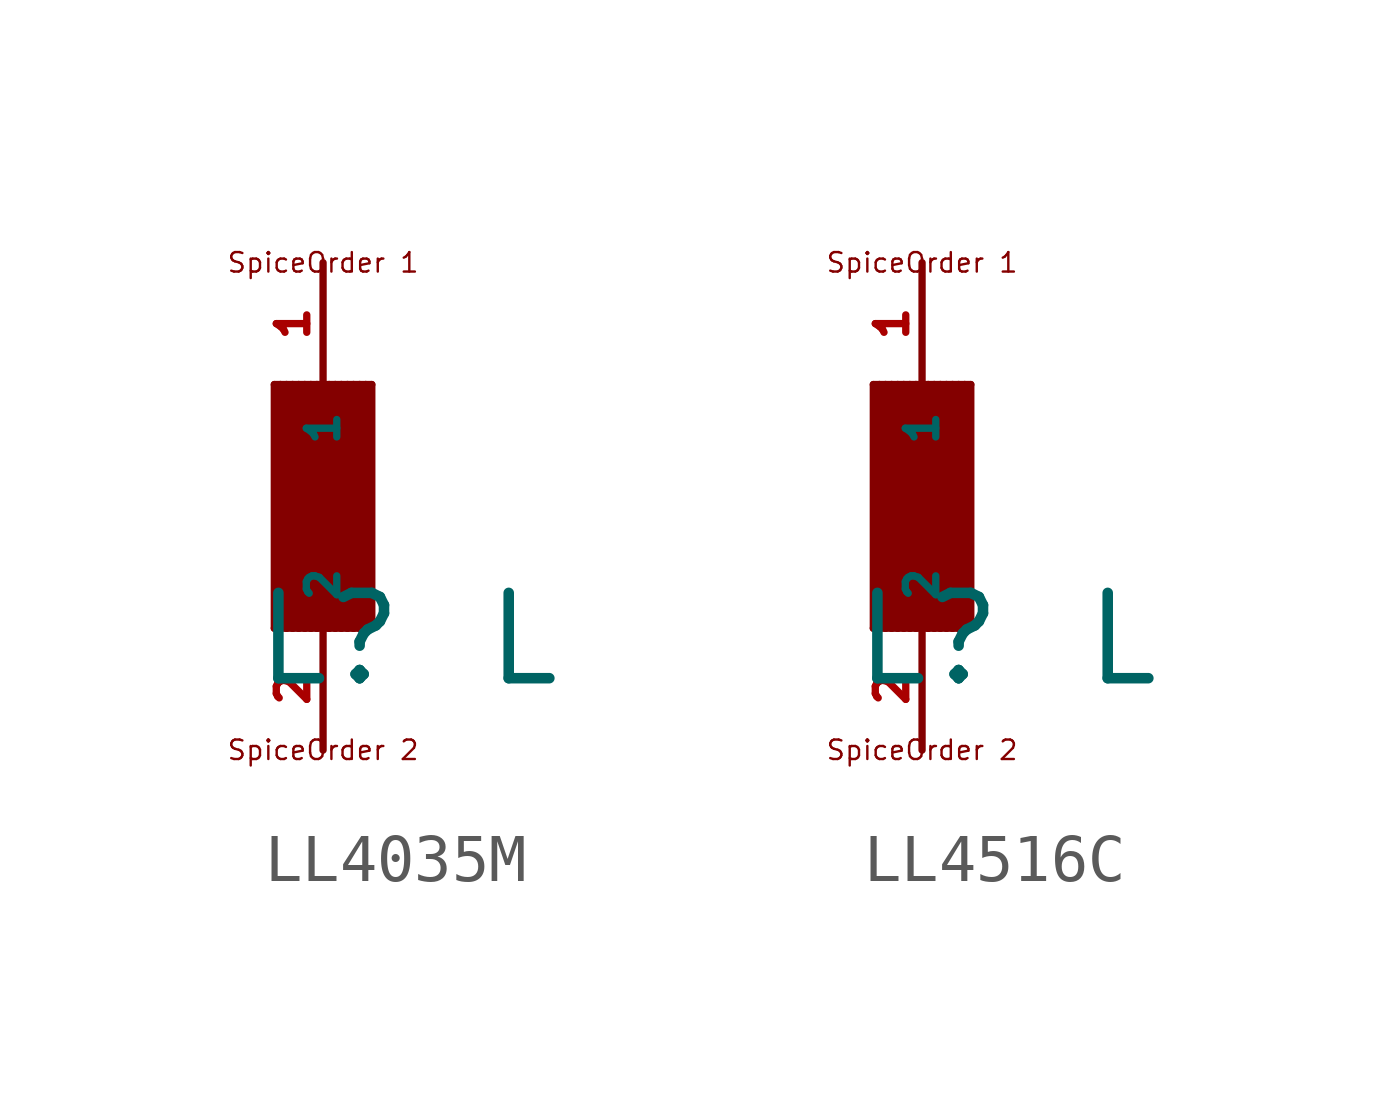
<source format=kicad_sym>
(kicad_symbol_lib
  (version 20220914)
  (generator Eagle2Kicad)
  (symbol "LL4035M"
    (property "Reference" "L"
      (at -1.499 -3.81 0)
      (effects (font (size 1.778 1.778) (thickness 0.22)) (justify left bottom)))
    (property "Value" "L"
      (at 3.302 -3.81 0)
      (effects (font (size 1.778 1.778) (thickness 0.22)) (justify left bottom)))
    (polyline
      (pts (xy -1.016 2.54) (xy -0.889 2.54))
      (stroke (width 0.152) (type default))
      (fill (type none)))
    (polyline
      (pts (xy -0.889 2.54) (xy -0.762 2.54))
      (stroke (width 0.152) (type default))
      (fill (type none)))
    (polyline
      (pts (xy -0.762 2.54) (xy -0.635 2.54))
      (stroke (width 0.152) (type default))
      (fill (type none)))
    (polyline
      (pts (xy -0.635 2.54) (xy -0.508 2.54))
      (stroke (width 0.152) (type default))
      (fill (type none)))
    (polyline
      (pts (xy -0.508 2.54) (xy -0.381 2.54))
      (stroke (width 0.152) (type default))
      (fill (type none)))
    (polyline
      (pts (xy -0.381 2.54) (xy -0.254 2.54))
      (stroke (width 0.152) (type default))
      (fill (type none)))
    (polyline
      (pts (xy -0.254 2.54) (xy -0.127 2.54))
      (stroke (width 0.152) (type default))
      (fill (type none)))
    (polyline
      (pts (xy -0.127 2.54) (xy 0 2.54))
      (stroke (width 0.152) (type default))
      (fill (type none)))
    (polyline
      (pts (xy 0 2.54) (xy 0.127 2.54))
      (stroke (width 0.152) (type default))
      (fill (type none)))
    (polyline
      (pts (xy 0.127 2.54) (xy 0.254 2.54))
      (stroke (width 0.152) (type default))
      (fill (type none)))
    (polyline
      (pts (xy 0.254 2.54) (xy 0.381 2.54))
      (stroke (width 0.152) (type default))
      (fill (type none)))
    (polyline
      (pts (xy 0.381 2.54) (xy 0.508 2.54))
      (stroke (width 0.152) (type default))
      (fill (type none)))
    (polyline
      (pts (xy 0.508 2.54) (xy 0.635 2.54))
      (stroke (width 0.152) (type default))
      (fill (type none)))
    (polyline
      (pts (xy 0.635 2.54) (xy 0.762 2.54))
      (stroke (width 0.152) (type default))
      (fill (type none)))
    (polyline
      (pts (xy 0.762 2.54) (xy 0.889 2.54))
      (stroke (width 0.152) (type default))
      (fill (type none)))
    (polyline
      (pts (xy 0.889 2.54) (xy 1.016 2.54))
      (stroke (width 0.152) (type default))
      (fill (type none)))
    (polyline
      (pts (xy 1.016 2.54) (xy 1.016 -2.54))
      (stroke (width 0.152) (type default))
      (fill (type none)))
    (polyline
      (pts (xy 1.016 -2.54) (xy 0.889 -2.54))
      (stroke (width 0.152) (type default))
      (fill (type none)))
    (polyline
      (pts (xy 0.889 -2.54) (xy 0.762 -2.54))
      (stroke (width 0.152) (type default))
      (fill (type none)))
    (polyline
      (pts (xy 0.762 -2.54) (xy 0.635 -2.54))
      (stroke (width 0.152) (type default))
      (fill (type none)))
    (polyline
      (pts (xy 0.635 -2.54) (xy 0.508 -2.54))
      (stroke (width 0.152) (type default))
      (fill (type none)))
    (polyline
      (pts (xy 0.508 -2.54) (xy 0.381 -2.54))
      (stroke (width 0.152) (type default))
      (fill (type none)))
    (polyline
      (pts (xy 0.381 -2.54) (xy 0.254 -2.54))
      (stroke (width 0.152) (type default))
      (fill (type none)))
    (polyline
      (pts (xy 0.254 -2.54) (xy 0.127 -2.54))
      (stroke (width 0.152) (type default))
      (fill (type none)))
    (polyline
      (pts (xy 0.127 -2.54) (xy 0 -2.54))
      (stroke (width 0.152) (type default))
      (fill (type none)))
    (polyline
      (pts (xy 0 -2.54) (xy -0.127 -2.54))
      (stroke (width 0.152) (type default))
      (fill (type none)))
    (polyline
      (pts (xy -0.127 -2.54) (xy -0.254 -2.54))
      (stroke (width 0.152) (type default))
      (fill (type none)))
    (polyline
      (pts (xy -0.254 -2.54) (xy -0.381 -2.54))
      (stroke (width 0.152) (type default))
      (fill (type none)))
    (polyline
      (pts (xy -0.381 -2.54) (xy -0.508 -2.54))
      (stroke (width 0.152) (type default))
      (fill (type none)))
    (polyline
      (pts (xy -0.508 -2.54) (xy -0.635 -2.54))
      (stroke (width 0.152) (type default))
      (fill (type none)))
    (polyline
      (pts (xy -0.635 -2.54) (xy -0.762 -2.54))
      (stroke (width 0.152) (type default))
      (fill (type none)))
    (polyline
      (pts (xy -0.762 -2.54) (xy -0.889 -2.54))
      (stroke (width 0.152) (type default))
      (fill (type none)))
    (polyline
      (pts (xy -0.889 -2.54) (xy -1.016 -2.54))
      (stroke (width 0.152) (type default))
      (fill (type none)))
    (polyline
      (pts (xy 0.889 2.54) (xy 0.889 -2.54))
      (stroke (width 0.152) (type default))
      (fill (type none)))
    (polyline
      (pts (xy 0.762 2.54) (xy 0.762 -2.54))
      (stroke (width 0.152) (type default))
      (fill (type none)))
    (polyline
      (pts (xy 0.635 2.54) (xy 0.635 -2.54))
      (stroke (width 0.152) (type default))
      (fill (type none)))
    (polyline
      (pts (xy 0.508 2.54) (xy 0.508 -2.54))
      (stroke (width 0.152) (type default))
      (fill (type none)))
    (polyline
      (pts (xy 0.381 2.54) (xy 0.381 -2.54))
      (stroke (width 0.152) (type default))
      (fill (type none)))
    (polyline
      (pts (xy 0.254 2.54) (xy 0.254 -2.54))
      (stroke (width 0.152) (type default))
      (fill (type none)))
    (polyline
      (pts (xy 0.127 2.54) (xy 0.127 -2.54))
      (stroke (width 0.152) (type default))
      (fill (type none)))
    (polyline
      (pts (xy 0 2.54) (xy 0 -2.54))
      (stroke (width 0.152) (type default))
      (fill (type none)))
    (polyline
      (pts (xy -0.127 2.54) (xy -0.127 -2.54))
      (stroke (width 0.152) (type default))
      (fill (type none)))
    (polyline
      (pts (xy -0.254 2.54) (xy -0.254 -2.54))
      (stroke (width 0.152) (type default))
      (fill (type none)))
    (polyline
      (pts (xy -0.381 2.54) (xy -0.381 -2.54))
      (stroke (width 0.152) (type default))
      (fill (type none)))
    (polyline
      (pts (xy -0.508 2.54) (xy -0.508 -2.54))
      (stroke (width 0.152) (type default))
      (fill (type none)))
    (polyline
      (pts (xy -0.635 2.54) (xy -0.635 -2.54))
      (stroke (width 0.152) (type default))
      (fill (type none)))
    (polyline
      (pts (xy -0.762 2.54) (xy -0.762 -2.54))
      (stroke (width 0.152) (type default))
      (fill (type none)))
    (polyline
      (pts (xy -0.889 2.54) (xy -0.889 -2.54))
      (stroke (width 0.152) (type default))
      (fill (type none)))
    (polyline
      (pts (xy -1.016 2.54) (xy -1.016 -2.54))
      (stroke (width 0.152) (type default))
      (fill (type none)))
    (text "SpiceOrder 1"
      (at 0 5.08 0)
      (effects (font (size 0.406 0.406) (thickness 0.05))))
    (text "SpiceOrder 2"
      (at 0 -5.08 0)
      (effects (font (size 0.406 0.406) (thickness 0.05))))
    (pin passive line
      (at 0 5.08 270)
      (length 2.54)
      (name "1" (effects (font (size 0.635 0.635) (thickness 0.08)) (justify left bottom)))
      (number "1" (effects (font (size 0.635 0.635) (thickness 0.08)) (justify left bottom))))
    (pin passive line
      (at 0 -5.08 90)
      (length 2.54)
      (name "2" (effects (font (size 0.635 0.635) (thickness 0.08)) (justify left bottom)))
      (number "2" (effects (font (size 0.635 0.635) (thickness 0.08)) (justify left bottom)))))
  (symbol "LL4516C"
    (property "Reference" "L"
      (at -1.499 -3.81 0)
      (effects (font (size 1.778 1.778) (thickness 0.22)) (justify left bottom)))
    (property "Value" "L"
      (at 3.302 -3.81 0)
      (effects (font (size 1.778 1.778) (thickness 0.22)) (justify left bottom)))
    (polyline
      (pts (xy -1.016 2.54) (xy -0.889 2.54))
      (stroke (width 0.152) (type default))
      (fill (type none)))
    (polyline
      (pts (xy -0.889 2.54) (xy -0.762 2.54))
      (stroke (width 0.152) (type default))
      (fill (type none)))
    (polyline
      (pts (xy -0.762 2.54) (xy -0.635 2.54))
      (stroke (width 0.152) (type default))
      (fill (type none)))
    (polyline
      (pts (xy -0.635 2.54) (xy -0.508 2.54))
      (stroke (width 0.152) (type default))
      (fill (type none)))
    (polyline
      (pts (xy -0.508 2.54) (xy -0.381 2.54))
      (stroke (width 0.152) (type default))
      (fill (type none)))
    (polyline
      (pts (xy -0.381 2.54) (xy -0.254 2.54))
      (stroke (width 0.152) (type default))
      (fill (type none)))
    (polyline
      (pts (xy -0.254 2.54) (xy -0.127 2.54))
      (stroke (width 0.152) (type default))
      (fill (type none)))
    (polyline
      (pts (xy -0.127 2.54) (xy 0 2.54))
      (stroke (width 0.152) (type default))
      (fill (type none)))
    (polyline
      (pts (xy 0 2.54) (xy 0.127 2.54))
      (stroke (width 0.152) (type default))
      (fill (type none)))
    (polyline
      (pts (xy 0.127 2.54) (xy 0.254 2.54))
      (stroke (width 0.152) (type default))
      (fill (type none)))
    (polyline
      (pts (xy 0.254 2.54) (xy 0.381 2.54))
      (stroke (width 0.152) (type default))
      (fill (type none)))
    (polyline
      (pts (xy 0.381 2.54) (xy 0.508 2.54))
      (stroke (width 0.152) (type default))
      (fill (type none)))
    (polyline
      (pts (xy 0.508 2.54) (xy 0.635 2.54))
      (stroke (width 0.152) (type default))
      (fill (type none)))
    (polyline
      (pts (xy 0.635 2.54) (xy 0.762 2.54))
      (stroke (width 0.152) (type default))
      (fill (type none)))
    (polyline
      (pts (xy 0.762 2.54) (xy 0.889 2.54))
      (stroke (width 0.152) (type default))
      (fill (type none)))
    (polyline
      (pts (xy 0.889 2.54) (xy 1.016 2.54))
      (stroke (width 0.152) (type default))
      (fill (type none)))
    (polyline
      (pts (xy 1.016 2.54) (xy 1.016 -2.54))
      (stroke (width 0.152) (type default))
      (fill (type none)))
    (polyline
      (pts (xy 1.016 -2.54) (xy 0.889 -2.54))
      (stroke (width 0.152) (type default))
      (fill (type none)))
    (polyline
      (pts (xy 0.889 -2.54) (xy 0.762 -2.54))
      (stroke (width 0.152) (type default))
      (fill (type none)))
    (polyline
      (pts (xy 0.762 -2.54) (xy 0.635 -2.54))
      (stroke (width 0.152) (type default))
      (fill (type none)))
    (polyline
      (pts (xy 0.635 -2.54) (xy 0.508 -2.54))
      (stroke (width 0.152) (type default))
      (fill (type none)))
    (polyline
      (pts (xy 0.508 -2.54) (xy 0.381 -2.54))
      (stroke (width 0.152) (type default))
      (fill (type none)))
    (polyline
      (pts (xy 0.381 -2.54) (xy 0.254 -2.54))
      (stroke (width 0.152) (type default))
      (fill (type none)))
    (polyline
      (pts (xy 0.254 -2.54) (xy 0.127 -2.54))
      (stroke (width 0.152) (type default))
      (fill (type none)))
    (polyline
      (pts (xy 0.127 -2.54) (xy 0 -2.54))
      (stroke (width 0.152) (type default))
      (fill (type none)))
    (polyline
      (pts (xy 0 -2.54) (xy -0.127 -2.54))
      (stroke (width 0.152) (type default))
      (fill (type none)))
    (polyline
      (pts (xy -0.127 -2.54) (xy -0.254 -2.54))
      (stroke (width 0.152) (type default))
      (fill (type none)))
    (polyline
      (pts (xy -0.254 -2.54) (xy -0.381 -2.54))
      (stroke (width 0.152) (type default))
      (fill (type none)))
    (polyline
      (pts (xy -0.381 -2.54) (xy -0.508 -2.54))
      (stroke (width 0.152) (type default))
      (fill (type none)))
    (polyline
      (pts (xy -0.508 -2.54) (xy -0.635 -2.54))
      (stroke (width 0.152) (type default))
      (fill (type none)))
    (polyline
      (pts (xy -0.635 -2.54) (xy -0.762 -2.54))
      (stroke (width 0.152) (type default))
      (fill (type none)))
    (polyline
      (pts (xy -0.762 -2.54) (xy -0.889 -2.54))
      (stroke (width 0.152) (type default))
      (fill (type none)))
    (polyline
      (pts (xy -0.889 -2.54) (xy -1.016 -2.54))
      (stroke (width 0.152) (type default))
      (fill (type none)))
    (polyline
      (pts (xy 0.889 2.54) (xy 0.889 -2.54))
      (stroke (width 0.152) (type default))
      (fill (type none)))
    (polyline
      (pts (xy 0.762 2.54) (xy 0.762 -2.54))
      (stroke (width 0.152) (type default))
      (fill (type none)))
    (polyline
      (pts (xy 0.635 2.54) (xy 0.635 -2.54))
      (stroke (width 0.152) (type default))
      (fill (type none)))
    (polyline
      (pts (xy 0.508 2.54) (xy 0.508 -2.54))
      (stroke (width 0.152) (type default))
      (fill (type none)))
    (polyline
      (pts (xy 0.381 2.54) (xy 0.381 -2.54))
      (stroke (width 0.152) (type default))
      (fill (type none)))
    (polyline
      (pts (xy 0.254 2.54) (xy 0.254 -2.54))
      (stroke (width 0.152) (type default))
      (fill (type none)))
    (polyline
      (pts (xy 0.127 2.54) (xy 0.127 -2.54))
      (stroke (width 0.152) (type default))
      (fill (type none)))
    (polyline
      (pts (xy 0 2.54) (xy 0 -2.54))
      (stroke (width 0.152) (type default))
      (fill (type none)))
    (polyline
      (pts (xy -0.127 2.54) (xy -0.127 -2.54))
      (stroke (width 0.152) (type default))
      (fill (type none)))
    (polyline
      (pts (xy -0.254 2.54) (xy -0.254 -2.54))
      (stroke (width 0.152) (type default))
      (fill (type none)))
    (polyline
      (pts (xy -0.381 2.54) (xy -0.381 -2.54))
      (stroke (width 0.152) (type default))
      (fill (type none)))
    (polyline
      (pts (xy -0.508 2.54) (xy -0.508 -2.54))
      (stroke (width 0.152) (type default))
      (fill (type none)))
    (polyline
      (pts (xy -0.635 2.54) (xy -0.635 -2.54))
      (stroke (width 0.152) (type default))
      (fill (type none)))
    (polyline
      (pts (xy -0.762 2.54) (xy -0.762 -2.54))
      (stroke (width 0.152) (type default))
      (fill (type none)))
    (polyline
      (pts (xy -0.889 2.54) (xy -0.889 -2.54))
      (stroke (width 0.152) (type default))
      (fill (type none)))
    (polyline
      (pts (xy -1.016 2.54) (xy -1.016 -2.54))
      (stroke (width 0.152) (type default))
      (fill (type none)))
    (text "SpiceOrder 1"
      (at 0 5.08 0)
      (effects (font (size 0.406 0.406) (thickness 0.05))))
    (text "SpiceOrder 2"
      (at 0 -5.08 0)
      (effects (font (size 0.406 0.406) (thickness 0.05))))
    (pin passive line
      (at 0 5.08 270)
      (length 2.54)
      (name "1" (effects (font (size 0.635 0.635) (thickness 0.08)) (justify left bottom)))
      (number "1" (effects (font (size 0.635 0.635) (thickness 0.08)) (justify left bottom))))
    (pin passive line
      (at 0 -5.08 90)
      (length 2.54)
      (name "2" (effects (font (size 0.635 0.635) (thickness 0.08)) (justify left bottom)))
      (number "2" (effects (font (size 0.635 0.635) (thickness 0.08)) (justify left bottom))))))
</source>
